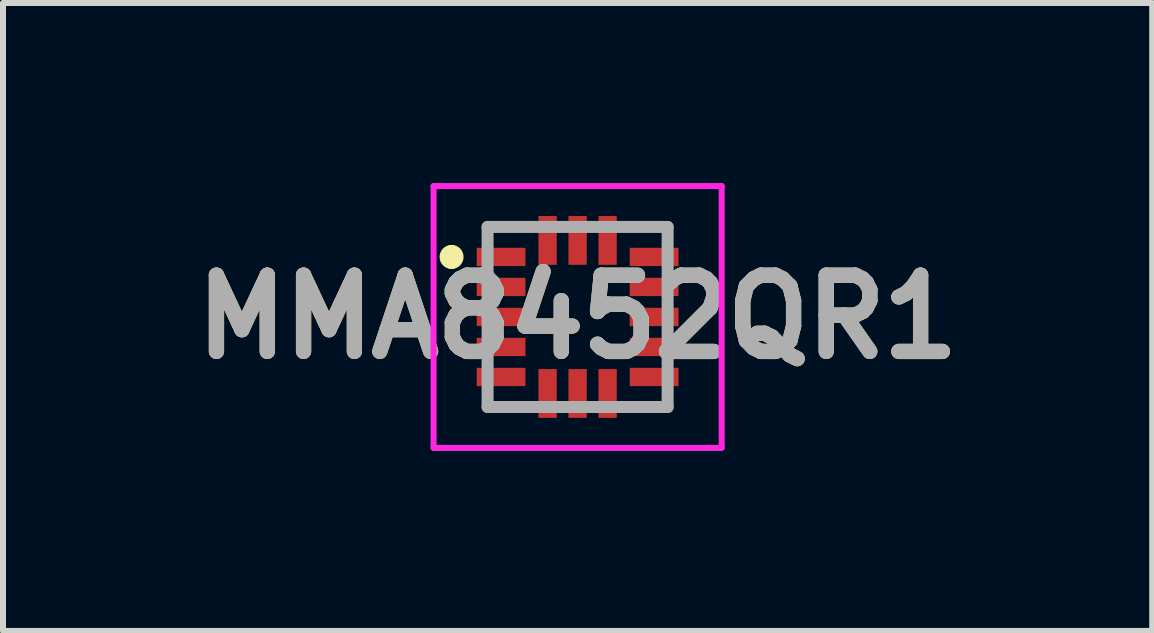
<source format=kicad_pcb>
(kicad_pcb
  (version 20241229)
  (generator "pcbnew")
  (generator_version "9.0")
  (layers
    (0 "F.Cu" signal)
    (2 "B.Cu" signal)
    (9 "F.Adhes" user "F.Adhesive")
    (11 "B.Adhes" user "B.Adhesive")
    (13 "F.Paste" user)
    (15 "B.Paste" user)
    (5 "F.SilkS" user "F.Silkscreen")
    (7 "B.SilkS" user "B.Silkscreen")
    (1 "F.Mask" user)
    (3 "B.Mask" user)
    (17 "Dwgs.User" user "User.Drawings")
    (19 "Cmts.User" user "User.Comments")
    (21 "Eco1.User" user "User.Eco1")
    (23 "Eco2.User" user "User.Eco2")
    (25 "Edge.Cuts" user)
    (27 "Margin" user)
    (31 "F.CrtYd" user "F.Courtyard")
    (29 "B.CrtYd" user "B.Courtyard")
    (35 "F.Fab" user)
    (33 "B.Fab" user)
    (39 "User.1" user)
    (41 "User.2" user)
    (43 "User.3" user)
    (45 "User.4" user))
  (footprint "MMA8452QR1"
    (layer "F.Cu")
    (at 6.574 2.231)
    (property "Reference" "MMA8452QR1" (at 0 0 0) (layer "F.SilkS") (effects (font (size 1.27 1.27) (thickness 0.254))))
    (attr smd)
    (fp_line (start -2.1 -1.1) (end -2.1 -1.1) (stroke (width 0.2) (type solid)) (layer "F.SilkS"))
    (fp_line (start -2.1 -0.9) (end -2.1 -0.9) (stroke (width 0.2) (type solid)) (layer "F.SilkS"))
    (fp_line (start -1.5 -1.5) (end -1.5 -1.4) (stroke (width 0.1) (type solid)) (layer "F.SilkS"))
    (fp_line (start -1.5 1.5) (end -1.5 1.4) (stroke (width 0.1) (type solid)) (layer "F.SilkS"))
    (fp_line (start -1 -1.5) (end -1.5 -1.5) (stroke (width 0.1) (type solid)) (layer "F.SilkS"))
    (fp_line (start -1 1.5) (end -1.5 1.5) (stroke (width 0.1) (type solid)) (layer "F.SilkS"))
    (fp_line (start 1 -1.5) (end 1.5 -1.5) (stroke (width 0.1) (type solid)) (layer "F.SilkS"))
    (fp_line (start 1 1.5) (end 1.5 1.5) (stroke (width 0.1) (type solid)) (layer "F.SilkS"))
    (fp_line (start 1.5 -1.5) (end 1.5 -1.4) (stroke (width 0.1) (type solid)) (layer "F.SilkS"))
    (fp_line (start 1.5 1.5) (end 1.5 1.4) (stroke (width 0.1) (type solid)) (layer "F.SilkS"))
    (fp_arc (start -2.1 -1.1) (mid -2 -1) (end -2.1 -0.9) (stroke (width 0.2) (type solid)) (layer "F.SilkS"))
    (fp_arc (start -2.1 -0.9) (mid -2.2 -1) (end -2.1 -1.1) (stroke (width 0.2) (type solid)) (layer "F.SilkS"))
    (fp_line (start -2.4 -2.181) (end -2.4 2.182) (stroke (width 0.1) (type solid)) (layer "F.CrtYd"))
    (fp_line (start -2.4 2.182) (end 2.4 2.182) (stroke (width 0.1) (type solid)) (layer "F.CrtYd"))
    (fp_line (start 2.4 -2.181) (end -2.4 -2.181) (stroke (width 0.1) (type solid)) (layer "F.CrtYd"))
    (fp_line (start 2.4 2.182) (end 2.4 -2.181) (stroke (width 0.1) (type solid)) (layer "F.CrtYd"))
    (fp_line (start -1.5 -1.5) (end -1.5 1.5) (stroke (width 0.2) (type solid)) (layer "F.Fab"))
    (fp_line (start -1.5 1.5) (end 1.5 1.5) (stroke (width 0.2) (type solid)) (layer "F.Fab"))
    (fp_line (start 1.5 -1.5) (end -1.5 -1.5) (stroke (width 0.2) (type solid)) (layer "F.Fab"))
    (fp_line (start 1.5 1.5) (end 1.5 -1.5) (stroke (width 0.2) (type solid)) (layer "F.Fab"))
    (fp_text user "${REFERENCE}" (at 0 0 0) (layer "F.Fab") (effects (font (size 1.27 1.27) (thickness 0.254))))
    (pad "1" smd rect (at -1.275 -1 90) (size 0.305 0.813) (layers "F.Cu" "F.Mask" "F.Paste"))
    (pad "2" smd rect (at -1.275 -0.5 90) (size 0.305 0.813) (layers "F.Cu" "F.Mask" "F.Paste"))
    (pad "3" smd rect (at -1.275 0 90) (size 0.305 0.813) (layers "F.Cu" "F.Mask" "F.Paste"))
    (pad "4" smd rect (at -1.275 0.5 90) (size 0.305 0.813) (layers "F.Cu" "F.Mask" "F.Paste"))
    (pad "5" smd rect (at -1.275 1 90) (size 0.305 0.813) (layers "F.Cu" "F.Mask" "F.Paste"))
    (pad "6" smd rect (at -0.5 1.275) (size 0.305 0.813) (layers "F.Cu" "F.Mask" "F.Paste"))
    (pad "7" smd rect (at 0 1.275) (size 0.305 0.813) (layers "F.Cu" "F.Mask" "F.Paste"))
    (pad "8" smd rect (at 0.5 1.275) (size 0.305 0.813) (layers "F.Cu" "F.Mask" "F.Paste"))
    (pad "9" smd rect (at 1.275 1 90) (size 0.305 0.813) (layers "F.Cu" "F.Mask" "F.Paste"))
    (pad "10" smd rect (at 1.275 0.5 90) (size 0.305 0.813) (layers "F.Cu" "F.Mask" "F.Paste"))
    (pad "11" smd rect (at 1.275 0 90) (size 0.305 0.813) (layers "F.Cu" "F.Mask" "F.Paste"))
    (pad "12" smd rect (at 1.275 -0.5 90) (size 0.305 0.813) (layers "F.Cu" "F.Mask" "F.Paste"))
    (pad "13" smd rect (at 1.275 -1 90) (size 0.305 0.813) (layers "F.Cu" "F.Mask" "F.Paste"))
    (pad "14" smd rect (at 0.5 -1.275) (size 0.305 0.813) (layers "F.Cu" "F.Mask" "F.Paste"))
    (pad "15" smd rect (at 0 -1.275) (size 0.305 0.813) (layers "F.Cu" "F.Mask" "F.Paste"))
    (pad "16" smd rect (at -0.5 -1.275) (size 0.305 0.813) (layers "F.Cu" "F.Mask" "F.Paste")))
  (gr_rect
    (start -3 -3)
    (end 16.148 7.463)
    (stroke (width 0.1) (type default))
    (fill no)
    (layer "Edge.Cuts")))
</source>
